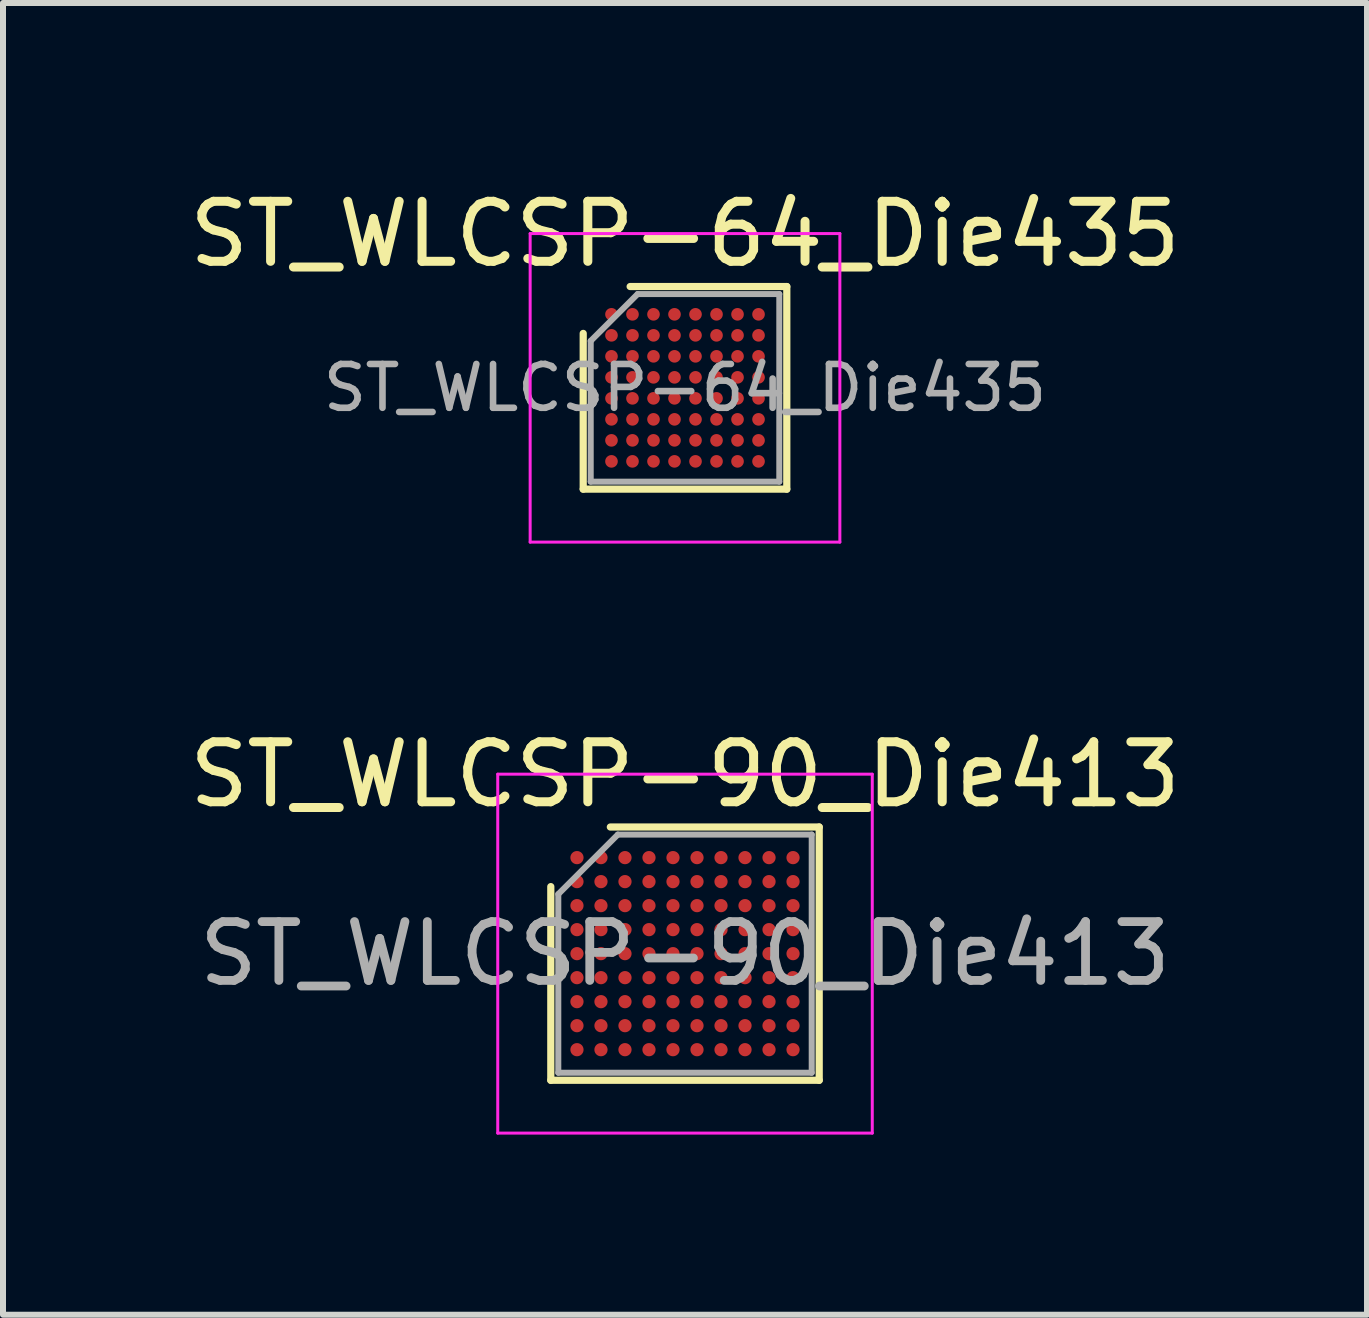
<source format=kicad_pcb>
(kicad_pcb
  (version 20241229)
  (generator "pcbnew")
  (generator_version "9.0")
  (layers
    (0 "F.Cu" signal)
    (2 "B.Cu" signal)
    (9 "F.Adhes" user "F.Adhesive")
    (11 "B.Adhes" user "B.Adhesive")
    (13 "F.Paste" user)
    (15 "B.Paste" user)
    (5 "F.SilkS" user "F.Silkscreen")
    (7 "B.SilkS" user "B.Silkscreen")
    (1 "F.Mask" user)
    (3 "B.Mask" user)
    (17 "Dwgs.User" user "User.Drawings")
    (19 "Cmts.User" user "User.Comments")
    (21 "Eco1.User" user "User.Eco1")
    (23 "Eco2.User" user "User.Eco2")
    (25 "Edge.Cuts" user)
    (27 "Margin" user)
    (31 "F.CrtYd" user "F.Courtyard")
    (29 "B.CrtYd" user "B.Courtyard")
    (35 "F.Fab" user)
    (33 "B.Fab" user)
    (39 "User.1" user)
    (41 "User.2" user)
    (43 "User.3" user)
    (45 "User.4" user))
  (footprint "ST_WLCSP-90_Die413"
    (layer "F.Cu")
    (at 8.363 12.839)
    (property "Reference" "ST_WLCSP-90_Die413" (at 0 -2.985 0) (layer "F.SilkS") (effects (font (size 1 1) (thickness 0.15))))
    (attr smd)
    (fp_line (start -2.236 2.11) (end -2.236 -1.117) (stroke (width 0.12) (type solid)) (layer "F.SilkS"))
    (fp_line (start -1.244 -2.11) (end 2.236 -2.11) (stroke (width 0.12) (type solid)) (layer "F.SilkS"))
    (fp_line (start 2.236 -2.11) (end 2.236 2.11) (stroke (width 0.12) (type solid)) (layer "F.SilkS"))
    (fp_line (start 2.236 2.11) (end -2.236 2.11) (stroke (width 0.12) (type solid)) (layer "F.SilkS"))
    (fp_line (start -3.12 -2.99) (end -3.12 2.99) (stroke (width 0.05) (type solid)) (layer "F.CrtYd"))
    (fp_line (start -3.12 2.99) (end 3.12 2.99) (stroke (width 0.05) (type solid)) (layer "F.CrtYd"))
    (fp_line (start 3.12 -2.99) (end -3.12 -2.99) (stroke (width 0.05) (type solid)) (layer "F.CrtYd"))
    (fp_line (start 3.12 2.99) (end 3.12 -2.99) (stroke (width 0.05) (type solid)) (layer "F.CrtYd"))
    (fp_line (start -2.111 -0.992) (end -1.119 -1.984) (stroke (width 0.1) (type solid)) (layer "F.Fab"))
    (fp_line (start -2.111 1.984) (end -2.111 -0.992) (stroke (width 0.1) (type solid)) (layer "F.Fab"))
    (fp_line (start -1.119 -1.984) (end 2.111 -1.984) (stroke (width 0.1) (type solid)) (layer "F.Fab"))
    (fp_line (start 2.111 -1.984) (end 2.111 1.984) (stroke (width 0.1) (type solid)) (layer "F.Fab"))
    (fp_line (start 2.111 1.984) (end -2.111 1.984) (stroke (width 0.1) (type solid)) (layer "F.Fab"))
    (fp_text user "${REFERENCE}" (at 0 0 0) (layer "F.Fab") (effects (font (size 0.98 0.98) (thickness 0.147))))
    (pad "A1" smd circle (at -1.8 -1.6) (size 0.22 0.22) (layers "F.Cu" "F.Mask" "F.Paste"))
    (pad "A2" smd circle (at -1.4 -1.6) (size 0.22 0.22) (layers "F.Cu" "F.Mask" "F.Paste"))
    (pad "A3" smd circle (at -1 -1.6) (size 0.22 0.22) (layers "F.Cu" "F.Mask" "F.Paste"))
    (pad "A4" smd circle (at -0.6 -1.6) (size 0.22 0.22) (layers "F.Cu" "F.Mask" "F.Paste"))
    (pad "A5" smd circle (at -0.2 -1.6) (size 0.22 0.22) (layers "F.Cu" "F.Mask" "F.Paste"))
    (pad "A6" smd circle (at 0.2 -1.6) (size 0.22 0.22) (layers "F.Cu" "F.Mask" "F.Paste"))
    (pad "A7" smd circle (at 0.6 -1.6) (size 0.22 0.22) (layers "F.Cu" "F.Mask" "F.Paste"))
    (pad "A8" smd circle (at 1 -1.6) (size 0.22 0.22) (layers "F.Cu" "F.Mask" "F.Paste"))
    (pad "A9" smd circle (at 1.4 -1.6) (size 0.22 0.22) (layers "F.Cu" "F.Mask" "F.Paste"))
    (pad "A10" smd circle (at 1.8 -1.6) (size 0.22 0.22) (layers "F.Cu" "F.Mask" "F.Paste"))
    (pad "B1" smd circle (at -1.8 -1.2) (size 0.22 0.22) (layers "F.Cu" "F.Mask" "F.Paste"))
    (pad "B2" smd circle (at -1.4 -1.2) (size 0.22 0.22) (layers "F.Cu" "F.Mask" "F.Paste"))
    (pad "B3" smd circle (at -1 -1.2) (size 0.22 0.22) (layers "F.Cu" "F.Mask" "F.Paste"))
    (pad "B4" smd circle (at -0.6 -1.2) (size 0.22 0.22) (layers "F.Cu" "F.Mask" "F.Paste"))
    (pad "B5" smd circle (at -0.2 -1.2) (size 0.22 0.22) (layers "F.Cu" "F.Mask" "F.Paste"))
    (pad "B6" smd circle (at 0.2 -1.2) (size 0.22 0.22) (layers "F.Cu" "F.Mask" "F.Paste"))
    (pad "B7" smd circle (at 0.6 -1.2) (size 0.22 0.22) (layers "F.Cu" "F.Mask" "F.Paste"))
    (pad "B8" smd circle (at 1 -1.2) (size 0.22 0.22) (layers "F.Cu" "F.Mask" "F.Paste"))
    (pad "B9" smd circle (at 1.4 -1.2) (size 0.22 0.22) (layers "F.Cu" "F.Mask" "F.Paste"))
    (pad "B10" smd circle (at 1.8 -1.2) (size 0.22 0.22) (layers "F.Cu" "F.Mask" "F.Paste"))
    (pad "C1" smd circle (at -1.8 -0.8) (size 0.22 0.22) (layers "F.Cu" "F.Mask" "F.Paste"))
    (pad "C2" smd circle (at -1.4 -0.8) (size 0.22 0.22) (layers "F.Cu" "F.Mask" "F.Paste"))
    (pad "C3" smd circle (at -1 -0.8) (size 0.22 0.22) (layers "F.Cu" "F.Mask" "F.Paste"))
    (pad "C4" smd circle (at -0.6 -0.8) (size 0.22 0.22) (layers "F.Cu" "F.Mask" "F.Paste"))
    (pad "C5" smd circle (at -0.2 -0.8) (size 0.22 0.22) (layers "F.Cu" "F.Mask" "F.Paste"))
    (pad "C6" smd circle (at 0.2 -0.8) (size 0.22 0.22) (layers "F.Cu" "F.Mask" "F.Paste"))
    (pad "C7" smd circle (at 0.6 -0.8) (size 0.22 0.22) (layers "F.Cu" "F.Mask" "F.Paste"))
    (pad "C8" smd circle (at 1 -0.8) (size 0.22 0.22) (layers "F.Cu" "F.Mask" "F.Paste"))
    (pad "C9" smd circle (at 1.4 -0.8) (size 0.22 0.22) (layers "F.Cu" "F.Mask" "F.Paste"))
    (pad "C10" smd circle (at 1.8 -0.8) (size 0.22 0.22) (layers "F.Cu" "F.Mask" "F.Paste"))
    (pad "D1" smd circle (at -1.8 -0.4) (size 0.22 0.22) (layers "F.Cu" "F.Mask" "F.Paste"))
    (pad "D2" smd circle (at -1.4 -0.4) (size 0.22 0.22) (layers "F.Cu" "F.Mask" "F.Paste"))
    (pad "D3" smd circle (at -1 -0.4) (size 0.22 0.22) (layers "F.Cu" "F.Mask" "F.Paste"))
    (pad "D4" smd circle (at -0.6 -0.4) (size 0.22 0.22) (layers "F.Cu" "F.Mask" "F.Paste"))
    (pad "D5" smd circle (at -0.2 -0.4) (size 0.22 0.22) (layers "F.Cu" "F.Mask" "F.Paste"))
    (pad "D6" smd circle (at 0.2 -0.4) (size 0.22 0.22) (layers "F.Cu" "F.Mask" "F.Paste"))
    (pad "D7" smd circle (at 0.6 -0.4) (size 0.22 0.22) (layers "F.Cu" "F.Mask" "F.Paste"))
    (pad "D8" smd circle (at 1 -0.4) (size 0.22 0.22) (layers "F.Cu" "F.Mask" "F.Paste"))
    (pad "D9" smd circle (at 1.4 -0.4) (size 0.22 0.22) (layers "F.Cu" "F.Mask" "F.Paste"))
    (pad "D10" smd circle (at 1.8 -0.4) (size 0.22 0.22) (layers "F.Cu" "F.Mask" "F.Paste"))
    (pad "E1" smd circle (at -1.8 0) (size 0.22 0.22) (layers "F.Cu" "F.Mask" "F.Paste"))
    (pad "E2" smd circle (at -1.4 0) (size 0.22 0.22) (layers "F.Cu" "F.Mask" "F.Paste"))
    (pad "E3" smd circle (at -1 0) (size 0.22 0.22) (layers "F.Cu" "F.Mask" "F.Paste"))
    (pad "E4" smd circle (at -0.6 0) (size 0.22 0.22) (layers "F.Cu" "F.Mask" "F.Paste"))
    (pad "E5" smd circle (at -0.2 0) (size 0.22 0.22) (layers "F.Cu" "F.Mask" "F.Paste"))
    (pad "E6" smd circle (at 0.2 0) (size 0.22 0.22) (layers "F.Cu" "F.Mask" "F.Paste"))
    (pad "E7" smd circle (at 0.6 0) (size 0.22 0.22) (layers "F.Cu" "F.Mask" "F.Paste"))
    (pad "E8" smd circle (at 1 0) (size 0.22 0.22) (layers "F.Cu" "F.Mask" "F.Paste"))
    (pad "E9" smd circle (at 1.4 0) (size 0.22 0.22) (layers "F.Cu" "F.Mask" "F.Paste"))
    (pad "E10" smd circle (at 1.8 0) (size 0.22 0.22) (layers "F.Cu" "F.Mask" "F.Paste"))
    (pad "F1" smd circle (at -1.8 0.4) (size 0.22 0.22) (layers "F.Cu" "F.Mask" "F.Paste"))
    (pad "F2" smd circle (at -1.4 0.4) (size 0.22 0.22) (layers "F.Cu" "F.Mask" "F.Paste"))
    (pad "F3" smd circle (at -1 0.4) (size 0.22 0.22) (layers "F.Cu" "F.Mask" "F.Paste"))
    (pad "F4" smd circle (at -0.6 0.4) (size 0.22 0.22) (layers "F.Cu" "F.Mask" "F.Paste"))
    (pad "F5" smd circle (at -0.2 0.4) (size 0.22 0.22) (layers "F.Cu" "F.Mask" "F.Paste"))
    (pad "F6" smd circle (at 0.2 0.4) (size 0.22 0.22) (layers "F.Cu" "F.Mask" "F.Paste"))
    (pad "F7" smd circle (at 0.6 0.4) (size 0.22 0.22) (layers "F.Cu" "F.Mask" "F.Paste"))
    (pad "F8" smd circle (at 1 0.4) (size 0.22 0.22) (layers "F.Cu" "F.Mask" "F.Paste"))
    (pad "F9" smd circle (at 1.4 0.4) (size 0.22 0.22) (layers "F.Cu" "F.Mask" "F.Paste"))
    (pad "F10" smd circle (at 1.8 0.4) (size 0.22 0.22) (layers "F.Cu" "F.Mask" "F.Paste"))
    (pad "G1" smd circle (at -1.8 0.8) (size 0.22 0.22) (layers "F.Cu" "F.Mask" "F.Paste"))
    (pad "G2" smd circle (at -1.4 0.8) (size 0.22 0.22) (layers "F.Cu" "F.Mask" "F.Paste"))
    (pad "G3" smd circle (at -1 0.8) (size 0.22 0.22) (layers "F.Cu" "F.Mask" "F.Paste"))
    (pad "G4" smd circle (at -0.6 0.8) (size 0.22 0.22) (layers "F.Cu" "F.Mask" "F.Paste"))
    (pad "G5" smd circle (at -0.2 0.8) (size 0.22 0.22) (layers "F.Cu" "F.Mask" "F.Paste"))
    (pad "G6" smd circle (at 0.2 0.8) (size 0.22 0.22) (layers "F.Cu" "F.Mask" "F.Paste"))
    (pad "G7" smd circle (at 0.6 0.8) (size 0.22 0.22) (layers "F.Cu" "F.Mask" "F.Paste"))
    (pad "G8" smd circle (at 1 0.8) (size 0.22 0.22) (layers "F.Cu" "F.Mask" "F.Paste"))
    (pad "G9" smd circle (at 1.4 0.8) (size 0.22 0.22) (layers "F.Cu" "F.Mask" "F.Paste"))
    (pad "G10" smd circle (at 1.8 0.8) (size 0.22 0.22) (layers "F.Cu" "F.Mask" "F.Paste"))
    (pad "H1" smd circle (at -1.8 1.2) (size 0.22 0.22) (layers "F.Cu" "F.Mask" "F.Paste"))
    (pad "H2" smd circle (at -1.4 1.2) (size 0.22 0.22) (layers "F.Cu" "F.Mask" "F.Paste"))
    (pad "H3" smd circle (at -1 1.2) (size 0.22 0.22) (layers "F.Cu" "F.Mask" "F.Paste"))
    (pad "H4" smd circle (at -0.6 1.2) (size 0.22 0.22) (layers "F.Cu" "F.Mask" "F.Paste"))
    (pad "H5" smd circle (at -0.2 1.2) (size 0.22 0.22) (layers "F.Cu" "F.Mask" "F.Paste"))
    (pad "H6" smd circle (at 0.2 1.2) (size 0.22 0.22) (layers "F.Cu" "F.Mask" "F.Paste"))
    (pad "H7" smd circle (at 0.6 1.2) (size 0.22 0.22) (layers "F.Cu" "F.Mask" "F.Paste"))
    (pad "H8" smd circle (at 1 1.2) (size 0.22 0.22) (layers "F.Cu" "F.Mask" "F.Paste"))
    (pad "H9" smd circle (at 1.4 1.2) (size 0.22 0.22) (layers "F.Cu" "F.Mask" "F.Paste"))
    (pad "H10" smd circle (at 1.8 1.2) (size 0.22 0.22) (layers "F.Cu" "F.Mask" "F.Paste"))
    (pad "J1" smd circle (at -1.8 1.6) (size 0.22 0.22) (layers "F.Cu" "F.Mask" "F.Paste"))
    (pad "J2" smd circle (at -1.4 1.6) (size 0.22 0.22) (layers "F.Cu" "F.Mask" "F.Paste"))
    (pad "J3" smd circle (at -1 1.6) (size 0.22 0.22) (layers "F.Cu" "F.Mask" "F.Paste"))
    (pad "J4" smd circle (at -0.6 1.6) (size 0.22 0.22) (layers "F.Cu" "F.Mask" "F.Paste"))
    (pad "J5" smd circle (at -0.2 1.6) (size 0.22 0.22) (layers "F.Cu" "F.Mask" "F.Paste"))
    (pad "J6" smd circle (at 0.2 1.6) (size 0.22 0.22) (layers "F.Cu" "F.Mask" "F.Paste"))
    (pad "J7" smd circle (at 0.6 1.6) (size 0.22 0.22) (layers "F.Cu" "F.Mask" "F.Paste"))
    (pad "J8" smd circle (at 1 1.6) (size 0.22 0.22) (layers "F.Cu" "F.Mask" "F.Paste"))
    (pad "J9" smd circle (at 1.4 1.6) (size 0.22 0.22) (layers "F.Cu" "F.Mask" "F.Paste"))
    (pad "J10" smd circle (at 1.8 1.6) (size 0.22 0.22) (layers "F.Cu" "F.Mask" "F.Paste")))
  (footprint "ST_WLCSP-64_Die435"
    (layer "F.Cu")
    (at 8.363 3.412)
    (property "Reference" "ST_WLCSP-64_Die435" (at 0 -2.563 0) (layer "F.SilkS") (effects (font (size 1 1) (thickness 0.15))))
    (attr smd)
    (fp_line (start -1.696 1.688) (end -1.696 -0.907) (stroke (width 0.12) (type solid)) (layer "F.SilkS"))
    (fp_line (start -0.914 -1.688) (end 1.696 -1.688) (stroke (width 0.12) (type solid)) (layer "F.SilkS"))
    (fp_line (start 1.696 -1.688) (end 1.696 1.688) (stroke (width 0.12) (type solid)) (layer "F.SilkS"))
    (fp_line (start 1.696 1.688) (end -1.696 1.688) (stroke (width 0.12) (type solid)) (layer "F.SilkS"))
    (fp_line (start -2.58 -2.57) (end -2.58 2.57) (stroke (width 0.05) (type solid)) (layer "F.CrtYd"))
    (fp_line (start -2.58 2.57) (end 2.58 2.57) (stroke (width 0.05) (type solid)) (layer "F.CrtYd"))
    (fp_line (start 2.58 -2.57) (end -2.58 -2.57) (stroke (width 0.05) (type solid)) (layer "F.CrtYd"))
    (fp_line (start 2.58 2.57) (end 2.58 -2.57) (stroke (width 0.05) (type solid)) (layer "F.CrtYd"))
    (fp_line (start -1.571 -0.782) (end -0.789 -1.563) (stroke (width 0.1) (type solid)) (layer "F.Fab"))
    (fp_line (start -1.571 1.563) (end -1.571 -0.782) (stroke (width 0.1) (type solid)) (layer "F.Fab"))
    (fp_line (start -0.789 -1.563) (end 1.571 -1.563) (stroke (width 0.1) (type solid)) (layer "F.Fab"))
    (fp_line (start 1.571 -1.563) (end 1.571 1.563) (stroke (width 0.1) (type solid)) (layer "F.Fab"))
    (fp_line (start 1.571 1.563) (end -1.571 1.563) (stroke (width 0.1) (type solid)) (layer "F.Fab"))
    (fp_text user "${REFERENCE}" (at 0 0 0) (layer "F.Fab") (effects (font (size 0.73 0.73) (thickness 0.11))))
    (pad "A1" smd circle (at -1.225 -1.225) (size 0.21 0.21) (layers "F.Cu" "F.Mask" "F.Paste"))
    (pad "A2" smd circle (at -0.875 -1.225) (size 0.21 0.21) (layers "F.Cu" "F.Mask" "F.Paste"))
    (pad "A3" smd circle (at -0.525 -1.225) (size 0.21 0.21) (layers "F.Cu" "F.Mask" "F.Paste"))
    (pad "A4" smd circle (at -0.175 -1.225) (size 0.21 0.21) (layers "F.Cu" "F.Mask" "F.Paste"))
    (pad "A5" smd circle (at 0.175 -1.225) (size 0.21 0.21) (layers "F.Cu" "F.Mask" "F.Paste"))
    (pad "A6" smd circle (at 0.525 -1.225) (size 0.21 0.21) (layers "F.Cu" "F.Mask" "F.Paste"))
    (pad "A7" smd circle (at 0.875 -1.225) (size 0.21 0.21) (layers "F.Cu" "F.Mask" "F.Paste"))
    (pad "A8" smd circle (at 1.225 -1.225) (size 0.21 0.21) (layers "F.Cu" "F.Mask" "F.Paste"))
    (pad "B1" smd circle (at -1.225 -0.875) (size 0.21 0.21) (layers "F.Cu" "F.Mask" "F.Paste"))
    (pad "B2" smd circle (at -0.875 -0.875) (size 0.21 0.21) (layers "F.Cu" "F.Mask" "F.Paste"))
    (pad "B3" smd circle (at -0.525 -0.875) (size 0.21 0.21) (layers "F.Cu" "F.Mask" "F.Paste"))
    (pad "B4" smd circle (at -0.175 -0.875) (size 0.21 0.21) (layers "F.Cu" "F.Mask" "F.Paste"))
    (pad "B5" smd circle (at 0.175 -0.875) (size 0.21 0.21) (layers "F.Cu" "F.Mask" "F.Paste"))
    (pad "B6" smd circle (at 0.525 -0.875) (size 0.21 0.21) (layers "F.Cu" "F.Mask" "F.Paste"))
    (pad "B7" smd circle (at 0.875 -0.875) (size 0.21 0.21) (layers "F.Cu" "F.Mask" "F.Paste"))
    (pad "B8" smd circle (at 1.225 -0.875) (size 0.21 0.21) (layers "F.Cu" "F.Mask" "F.Paste"))
    (pad "C1" smd circle (at -1.225 -0.525) (size 0.21 0.21) (layers "F.Cu" "F.Mask" "F.Paste"))
    (pad "C2" smd circle (at -0.875 -0.525) (size 0.21 0.21) (layers "F.Cu" "F.Mask" "F.Paste"))
    (pad "C3" smd circle (at -0.525 -0.525) (size 0.21 0.21) (layers "F.Cu" "F.Mask" "F.Paste"))
    (pad "C4" smd circle (at -0.175 -0.525) (size 0.21 0.21) (layers "F.Cu" "F.Mask" "F.Paste"))
    (pad "C5" smd circle (at 0.175 -0.525) (size 0.21 0.21) (layers "F.Cu" "F.Mask" "F.Paste"))
    (pad "C6" smd circle (at 0.525 -0.525) (size 0.21 0.21) (layers "F.Cu" "F.Mask" "F.Paste"))
    (pad "C7" smd circle (at 0.875 -0.525) (size 0.21 0.21) (layers "F.Cu" "F.Mask" "F.Paste"))
    (pad "C8" smd circle (at 1.225 -0.525) (size 0.21 0.21) (layers "F.Cu" "F.Mask" "F.Paste"))
    (pad "D1" smd circle (at -1.225 -0.175) (size 0.21 0.21) (layers "F.Cu" "F.Mask" "F.Paste"))
    (pad "D2" smd circle (at -0.875 -0.175) (size 0.21 0.21) (layers "F.Cu" "F.Mask" "F.Paste"))
    (pad "D3" smd circle (at -0.525 -0.175) (size 0.21 0.21) (layers "F.Cu" "F.Mask" "F.Paste"))
    (pad "D4" smd circle (at -0.175 -0.175) (size 0.21 0.21) (layers "F.Cu" "F.Mask" "F.Paste"))
    (pad "D5" smd circle (at 0.175 -0.175) (size 0.21 0.21) (layers "F.Cu" "F.Mask" "F.Paste"))
    (pad "D6" smd circle (at 0.525 -0.175) (size 0.21 0.21) (layers "F.Cu" "F.Mask" "F.Paste"))
    (pad "D7" smd circle (at 0.875 -0.175) (size 0.21 0.21) (layers "F.Cu" "F.Mask" "F.Paste"))
    (pad "D8" smd circle (at 1.225 -0.175) (size 0.21 0.21) (layers "F.Cu" "F.Mask" "F.Paste"))
    (pad "E1" smd circle (at -1.225 0.175) (size 0.21 0.21) (layers "F.Cu" "F.Mask" "F.Paste"))
    (pad "E2" smd circle (at -0.875 0.175) (size 0.21 0.21) (layers "F.Cu" "F.Mask" "F.Paste"))
    (pad "E3" smd circle (at -0.525 0.175) (size 0.21 0.21) (layers "F.Cu" "F.Mask" "F.Paste"))
    (pad "E4" smd circle (at -0.175 0.175) (size 0.21 0.21) (layers "F.Cu" "F.Mask" "F.Paste"))
    (pad "E5" smd circle (at 0.175 0.175) (size 0.21 0.21) (layers "F.Cu" "F.Mask" "F.Paste"))
    (pad "E6" smd circle (at 0.525 0.175) (size 0.21 0.21) (layers "F.Cu" "F.Mask" "F.Paste"))
    (pad "E7" smd circle (at 0.875 0.175) (size 0.21 0.21) (layers "F.Cu" "F.Mask" "F.Paste"))
    (pad "E8" smd circle (at 1.225 0.175) (size 0.21 0.21) (layers "F.Cu" "F.Mask" "F.Paste"))
    (pad "F1" smd circle (at -1.225 0.525) (size 0.21 0.21) (layers "F.Cu" "F.Mask" "F.Paste"))
    (pad "F2" smd circle (at -0.875 0.525) (size 0.21 0.21) (layers "F.Cu" "F.Mask" "F.Paste"))
    (pad "F3" smd circle (at -0.525 0.525) (size 0.21 0.21) (layers "F.Cu" "F.Mask" "F.Paste"))
    (pad "F4" smd circle (at -0.175 0.525) (size 0.21 0.21) (layers "F.Cu" "F.Mask" "F.Paste"))
    (pad "F5" smd circle (at 0.175 0.525) (size 0.21 0.21) (layers "F.Cu" "F.Mask" "F.Paste"))
    (pad "F6" smd circle (at 0.525 0.525) (size 0.21 0.21) (layers "F.Cu" "F.Mask" "F.Paste"))
    (pad "F7" smd circle (at 0.875 0.525) (size 0.21 0.21) (layers "F.Cu" "F.Mask" "F.Paste"))
    (pad "F8" smd circle (at 1.225 0.525) (size 0.21 0.21) (layers "F.Cu" "F.Mask" "F.Paste"))
    (pad "G1" smd circle (at -1.225 0.875) (size 0.21 0.21) (layers "F.Cu" "F.Mask" "F.Paste"))
    (pad "G2" smd circle (at -0.875 0.875) (size 0.21 0.21) (layers "F.Cu" "F.Mask" "F.Paste"))
    (pad "G3" smd circle (at -0.525 0.875) (size 0.21 0.21) (layers "F.Cu" "F.Mask" "F.Paste"))
    (pad "G4" smd circle (at -0.175 0.875) (size 0.21 0.21) (layers "F.Cu" "F.Mask" "F.Paste"))
    (pad "G5" smd circle (at 0.175 0.875) (size 0.21 0.21) (layers "F.Cu" "F.Mask" "F.Paste"))
    (pad "G6" smd circle (at 0.525 0.875) (size 0.21 0.21) (layers "F.Cu" "F.Mask" "F.Paste"))
    (pad "G7" smd circle (at 0.875 0.875) (size 0.21 0.21) (layers "F.Cu" "F.Mask" "F.Paste"))
    (pad "G8" smd circle (at 1.225 0.875) (size 0.21 0.21) (layers "F.Cu" "F.Mask" "F.Paste"))
    (pad "H1" smd circle (at -1.225 1.225) (size 0.21 0.21) (layers "F.Cu" "F.Mask" "F.Paste"))
    (pad "H2" smd circle (at -0.875 1.225) (size 0.21 0.21) (layers "F.Cu" "F.Mask" "F.Paste"))
    (pad "H3" smd circle (at -0.525 1.225) (size 0.21 0.21) (layers "F.Cu" "F.Mask" "F.Paste"))
    (pad "H4" smd circle (at -0.175 1.225) (size 0.21 0.21) (layers "F.Cu" "F.Mask" "F.Paste"))
    (pad "H5" smd circle (at 0.175 1.225) (size 0.21 0.21) (layers "F.Cu" "F.Mask" "F.Paste"))
    (pad "H6" smd circle (at 0.525 1.225) (size 0.21 0.21) (layers "F.Cu" "F.Mask" "F.Paste"))
    (pad "H7" smd circle (at 0.875 1.225) (size 0.21 0.21) (layers "F.Cu" "F.Mask" "F.Paste"))
    (pad "H8" smd circle (at 1.225 1.225) (size 0.21 0.21) (layers "F.Cu" "F.Mask" "F.Paste")))
  (gr_rect
    (start -3 -3)
    (end 19.726 18.855)
    (stroke (width 0.1) (type default))
    (fill no)
    (layer "Edge.Cuts")))
</source>
